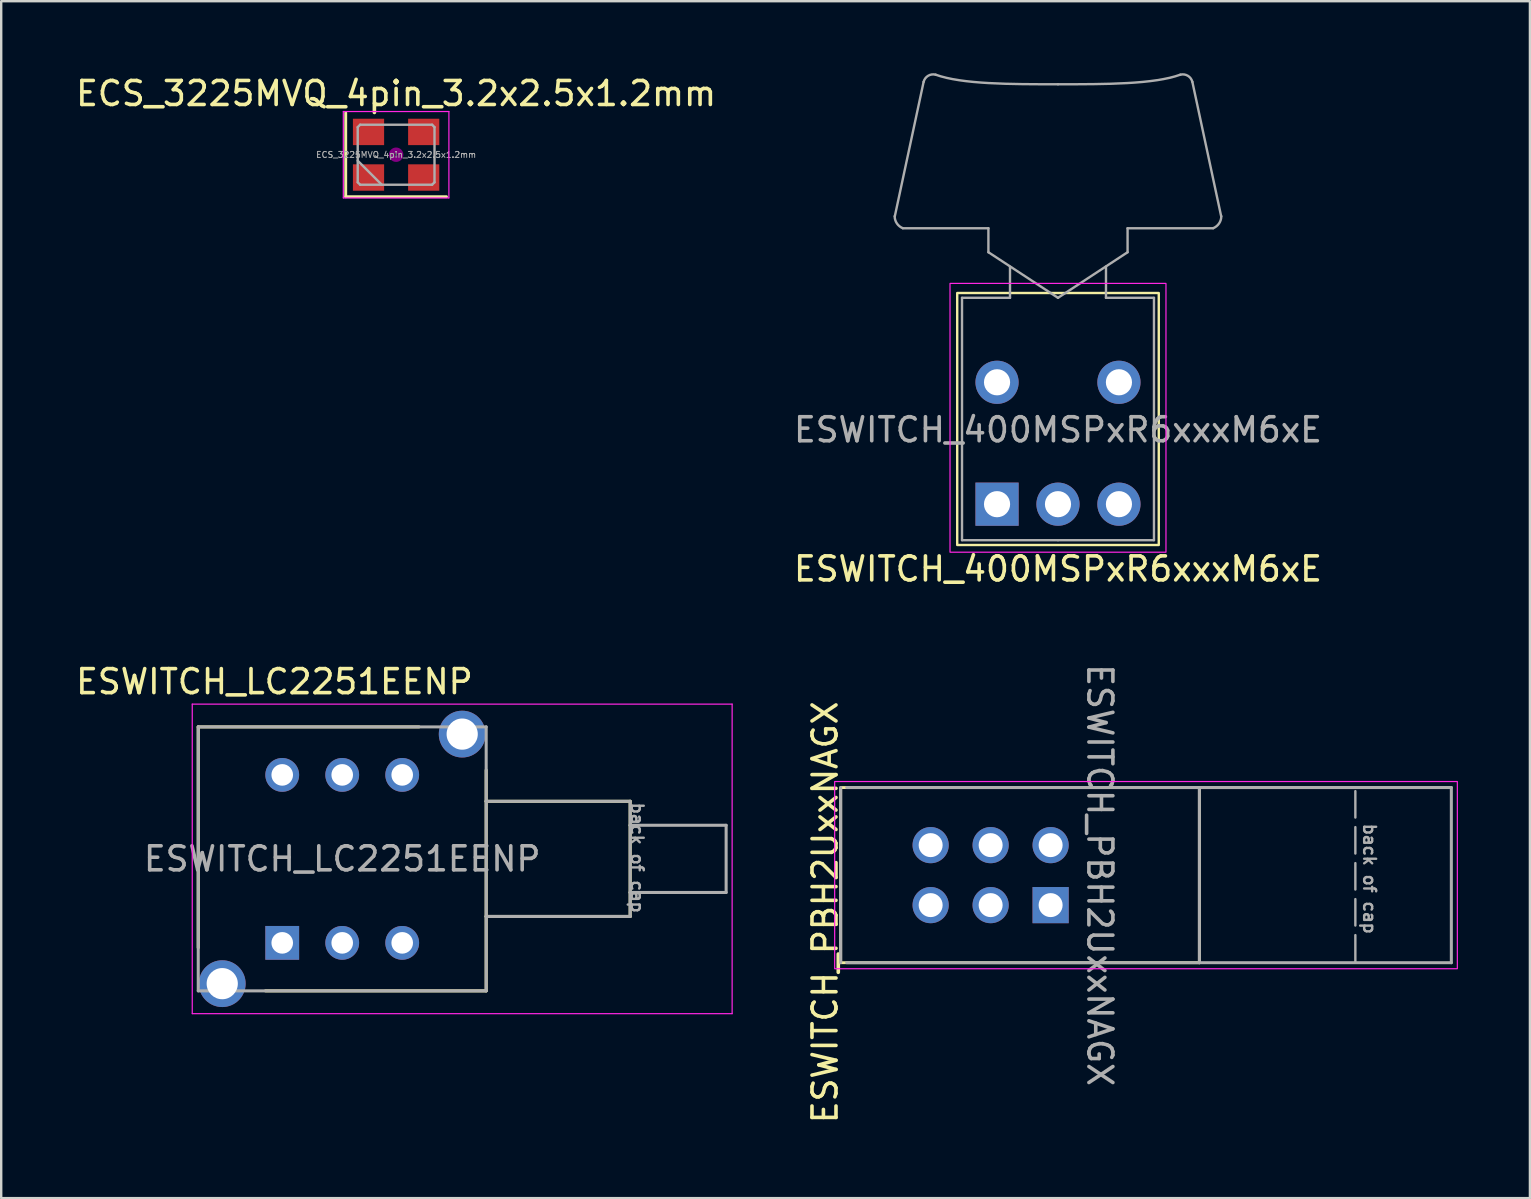
<source format=kicad_pcb>
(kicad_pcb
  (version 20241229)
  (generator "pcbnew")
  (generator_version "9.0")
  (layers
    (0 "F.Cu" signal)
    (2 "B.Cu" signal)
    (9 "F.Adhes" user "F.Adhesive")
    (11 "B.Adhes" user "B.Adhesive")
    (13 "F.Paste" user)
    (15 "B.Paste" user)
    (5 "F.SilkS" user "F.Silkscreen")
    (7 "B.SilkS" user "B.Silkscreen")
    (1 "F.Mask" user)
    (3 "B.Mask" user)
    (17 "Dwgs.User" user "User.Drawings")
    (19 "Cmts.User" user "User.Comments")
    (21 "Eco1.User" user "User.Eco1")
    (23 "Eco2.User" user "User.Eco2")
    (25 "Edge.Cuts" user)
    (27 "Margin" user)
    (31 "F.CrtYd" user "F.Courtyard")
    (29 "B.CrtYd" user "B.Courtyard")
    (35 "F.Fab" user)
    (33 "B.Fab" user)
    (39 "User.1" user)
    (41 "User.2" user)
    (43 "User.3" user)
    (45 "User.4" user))
  (footprint "ECS_3225MVQ_4pin_3.2x2.5x1.2mm"
    (layer "F.Cu")
    (at 13.458 3.398)
    (property "Reference" "ECS_3225MVQ_4pin_3.2x2.5x1.2mm" (at 0 -2.55 0) (layer "F.SilkS") (effects (font (size 1 1) (thickness 0.15))))
    (attr smd)
    (fp_line (start -2.1 -1.75) (end -2.1 1.75) (stroke (width 0.12) (type solid)) (layer "F.SilkS"))
    (fp_line (start -2.1 1.75) (end 2.1 1.75) (stroke (width 0.12) (type solid)) (layer "F.SilkS"))
    (fp_circle (center 0 0) (end 0.058 0) (stroke (width 0.117) (type solid)) (fill no) (layer "F.Adhes"))
    (fp_circle (center 0 0) (end 0.133 0) (stroke (width 0.083) (type solid)) (fill no) (layer "F.Adhes"))
    (fp_circle (center 0 0) (end 0.208 0) (stroke (width 0.083) (type solid)) (fill no) (layer "F.Adhes"))
    (fp_circle (center 0 0) (end 0.25 0) (stroke (width 0.1) (type solid)) (fill no) (layer "F.Adhes"))
    (fp_line (start -2.2 -1.8) (end -2.2 1.8) (stroke (width 0.05) (type solid)) (layer "F.CrtYd"))
    (fp_line (start -2.2 1.8) (end 2.2 1.8) (stroke (width 0.05) (type solid)) (layer "F.CrtYd"))
    (fp_line (start 2.2 -1.8) (end -2.2 -1.8) (stroke (width 0.05) (type solid)) (layer "F.CrtYd"))
    (fp_line (start 2.2 1.8) (end 2.2 -1.8) (stroke (width 0.05) (type solid)) (layer "F.CrtYd"))
    (fp_line (start -1.6 -1.15) (end -1.5 -1.25) (stroke (width 0.1) (type solid)) (layer "F.Fab"))
    (fp_line (start -1.6 0.25) (end -0.6 1.25) (stroke (width 0.1) (type solid)) (layer "F.Fab"))
    (fp_line (start -1.6 1.15) (end -1.6 -1.15) (stroke (width 0.1) (type solid)) (layer "F.Fab"))
    (fp_line (start -1.5 -1.25) (end 1.5 -1.25) (stroke (width 0.1) (type solid)) (layer "F.Fab"))
    (fp_line (start -1.5 1.25) (end -1.6 1.15) (stroke (width 0.1) (type solid)) (layer "F.Fab"))
    (fp_line (start 1.5 -1.25) (end 1.6 -1.15) (stroke (width 0.1) (type solid)) (layer "F.Fab"))
    (fp_line (start 1.5 1.25) (end -1.5 1.25) (stroke (width 0.1) (type solid)) (layer "F.Fab"))
    (fp_line (start 1.6 -1.15) (end 1.6 1.15) (stroke (width 0.1) (type solid)) (layer "F.Fab"))
    (fp_line (start 1.6 1.15) (end 1.5 1.25) (stroke (width 0.1) (type solid)) (layer "F.Fab"))
    (fp_text user "${REFERENCE}" (at 0 0 0) (unlocked yes) (layer "F.Fab") (effects (font (size 0.25 0.25) (thickness 0.04))))
    (pad "1" smd rect (at -1.15 0.95) (size 1.3 1.1) (layers "F.Cu" "F.Mask" "F.Paste"))
    (pad "2" smd rect (at 1.15 0.95) (size 1.3 1.1) (layers "F.Cu" "F.Mask" "F.Paste"))
    (pad "3" smd rect (at 1.15 -0.95) (size 1.3 1.1) (layers "F.Cu" "F.Mask" "F.Paste"))
    (pad "4" smd rect (at -1.15 -0.95) (size 1.3 1.1) (layers "F.Cu" "F.Mask" "F.Paste")))
  (footprint "ESWITCH_400MSPxR6xxxM6xE"
    (layer "F.Cu")
    (at 41.042 17.962)
    (property "Reference" "ESWITCH_400MSPxR6xxxM6xE" (at 0 2.7 0) (layer "F.SilkS") (effects (font (size 1 1) (thickness 0.15))))
    (attr through_hole)
    (fp_rect (start -4.2 -8.8) (end 4.2 1.7) (stroke (width 0.1) (type default)) (fill no) (layer "F.SilkS"))
    (fp_rect (start -4.5 -9.2) (end 4.5 2) (stroke (width 0.05) (type default)) (fill no) (layer "F.CrtYd"))
    (fp_line (start -6.8 -12) (end -5.6 -17.6) (stroke (width 0.1) (type default)) (layer "F.Fab"))
    (fp_line (start -4 -8.6) (end -2 -8.6) (stroke (width 0.1) (type default)) (layer "F.Fab"))
    (fp_line (start -4 1.5) (end -4 -8.6) (stroke (width 0.1) (type default)) (layer "F.Fab"))
    (fp_line (start -2.9 -11.5) (end -6.468 -11.5) (stroke (width 0.1) (type default)) (layer "F.Fab"))
    (fp_line (start -2.9 -11.5) (end -2.9 -10.5) (stroke (width 0.1) (type default)) (layer "F.Fab"))
    (fp_line (start -2.9 -10.5) (end 0 -8.6) (stroke (width 0.1) (type default)) (layer "F.Fab"))
    (fp_line (start -2 -8.6) (end -2 -9.9) (stroke (width 0.1) (type default)) (layer "F.Fab"))
    (fp_line (start 0 1.5) (end -4 1.5) (stroke (width 0.1) (type default)) (layer "F.Fab"))
    (fp_line (start 0 1.5) (end 4 1.5) (stroke (width 0.1) (type default)) (layer "F.Fab"))
    (fp_line (start 2 -8.6) (end 2 -9.9) (stroke (width 0.1) (type default)) (layer "F.Fab"))
    (fp_line (start 2.9 -11.5) (end 2.9 -10.5) (stroke (width 0.1) (type default)) (layer "F.Fab"))
    (fp_line (start 2.9 -11.5) (end 6.468 -11.5) (stroke (width 0.1) (type default)) (layer "F.Fab"))
    (fp_line (start 2.9 -10.5) (end 0 -8.6) (stroke (width 0.1) (type default)) (layer "F.Fab"))
    (fp_line (start 4 -8.6) (end 2 -8.6) (stroke (width 0.1) (type default)) (layer "F.Fab"))
    (fp_line (start 4 1.5) (end 4 -8.6) (stroke (width 0.1) (type default)) (layer "F.Fab"))
    (fp_line (start 6.8 -12) (end 5.6 -17.6) (stroke (width 0.1) (type default)) (layer "F.Fab"))
    (fp_arc (start -6.467544 -11.501908) (mid -6.713472 -11.7) (end -6.80606 -12.001908) (stroke (width 0.1) (type default)) (layer "F.Fab"))
    (fp_arc (start -5.6 -17.6) (mid -5.412132 -17.853553) (end -5.1 -17.9) (stroke (width 0.1) (type default)) (layer "F.Fab"))
    (fp_arc (start 5.1 -17.9) (mid 5.412132 -17.853553) (end 5.6 -17.6) (stroke (width 0.1) (type default)) (layer "F.Fab"))
    (fp_arc (start 6.80606 -12.001908) (mid 6.713472 -11.7) (end 6.467544 -11.501908) (stroke (width 0.1) (type default)) (layer "F.Fab"))
    (fp_curve (pts (xy -5.1 -17.9) (xy -4 -17.5) (xy -2 -17.5) (xy 0 -17.5)) (stroke (width 0.1) (type default)) (layer "F.Fab"))
    (fp_curve (pts (xy 5.1 -17.9) (xy 4 -17.5) (xy 2 -17.5) (xy 0 -17.5)) (stroke (width 0.1) (type default)) (layer "F.Fab"))
    (fp_text user "${REFERENCE}" (at 0 -3.1 0) (unlocked yes) (layer "F.Fab") (effects (font (size 1 1) (thickness 0.15))))
    (pad "1" thru_hole rect (at -2.54 0) (size 1.8 1.8) (drill 1.09) (layers "*.Cu" "*.Mask"))
    (pad "2" thru_hole circle (at 0 0) (size 1.8 1.8) (drill 1.09) (layers "*.Cu" "*.Mask"))
    (pad "3" thru_hole circle (at 2.54 0) (size 1.8 1.8) (drill 1.09) (layers "*.Cu" "*.Mask"))
    (pad "MP" thru_hole circle (at -2.54 -5.08) (size 1.8 1.8) (drill 1.09) (layers "*.Cu" "*.Mask"))
    (pad "MP" thru_hole circle (at 2.54 -5.08) (size 1.8 1.8) (drill 1.09) (layers "*.Cu" "*.Mask")))
  (footprint "ESWITCH_PBH2UxxNAGX"
    (layer "F.Cu")
    (at 40.735 33.421)
    (property "Reference" "ESWITCH_PBH2UxxNAGX" (at -9.4 1.55 90) (layer "F.SilkS") (effects (font (size 1 1) (thickness 0.15))))
    (attr through_hole)
    (fp_rect (start -8.75 3.65) (end 6.2 -3.65) (stroke (width 0.12) (type default)) (fill no) (layer "F.SilkS"))
    (fp_rect (start 16.95 -3.9) (end -9 3.9) (stroke (width 0.05) (type default)) (fill no) (layer "F.CrtYd"))
    (fp_line (start -8.75 -3.65) (end -8.75 3.65) (stroke (width 0.127) (type solid)) (layer "F.Fab"))
    (fp_line (start -8.5 3.65) (end 6.2 3.65) (stroke (width 0.127) (type solid)) (layer "F.Fab"))
    (fp_line (start 6.2 -3.65) (end -8.5 -3.65) (stroke (width 0.127) (type solid)) (layer "F.Fab"))
    (fp_line (start 6.2 3.65) (end 6.2 -3.65) (stroke (width 0.127) (type solid)) (layer "F.Fab"))
    (fp_line (start 6.2 3.65) (end 16.7 3.65) (stroke (width 0.127) (type solid)) (layer "F.Fab"))
    (fp_line (start 12.7 3.6) (end 12.7 -3.6) (stroke (width 0.1) (type dash)) (layer "F.Fab"))
    (fp_line (start 16.7 -3.65) (end 6.2 -3.65) (stroke (width 0.127) (type solid)) (layer "F.Fab"))
    (fp_line (start 16.7 3.65) (end 16.7 -3.65) (stroke (width 0.127) (type solid)) (layer "F.Fab"))
    (fp_text user "${REFERENCE}" (at 2.05 0 270) (unlocked yes) (layer "F.Fab") (effects (font (size 1 1) (thickness 0.15))))
    (fp_text user "back of cap" (at 13 -2.2 270) (unlocked yes) (layer "F.Fab") (effects (font (size 0.5 0.5) (thickness 0.1) (bold yes)) (justify left bottom)))
    (pad "1" thru_hole rect (at 0 1.25 90) (size 1.508 1.508) (drill 1) (layers "*.Cu" "*.Mask"))
    (pad "2" thru_hole circle (at -2.5 1.25) (size 1.508 1.508) (drill 1) (layers "*.Cu" "*.Mask"))
    (pad "3" thru_hole circle (at -5 1.25) (size 1.508 1.508) (drill 1) (layers "*.Cu" "*.Mask"))
    (pad "4" thru_hole circle (at 0 -1.25) (size 1.508 1.508) (drill 1) (layers "*.Cu" "*.Mask"))
    (pad "5" thru_hole circle (at -2.5 -1.25) (size 1.508 1.508) (drill 1) (layers "*.Cu" "*.Mask"))
    (pad "6" thru_hole circle (at -5 -1.25) (size 1.508 1.508) (drill 1) (layers "*.Cu" "*.Mask")))
  (footprint "ESWITCH_LC2251EENP"
    (layer "F.Cu")
    (at 11.212 32.744)
    (property "Reference" "ESWITCH_LC2251EENP" (at -2.825 -7.385 0) (layer "F.SilkS") (effects (font (size 1 1) (thickness 0.15))))
    (attr through_hole)
    (fp_line (start -6 -5.5) (end -6 3.7) (stroke (width 0.127) (type solid)) (layer "F.SilkS"))
    (fp_line (start -3.2 5.5) (end 6 5.5) (stroke (width 0.127) (type solid)) (layer "F.SilkS"))
    (fp_line (start 3.2 -5.5) (end -6 -5.5) (stroke (width 0.127) (type solid)) (layer "F.SilkS"))
    (fp_line (start 6 -2.4) (end 6 -3.7) (stroke (width 0.127) (type solid)) (layer "F.SilkS"))
    (fp_line (start 6 -2.4) (end 12 -2.4) (stroke (width 0.127) (type solid)) (layer "F.SilkS"))
    (fp_line (start 6 2.4) (end 6 -2.4) (stroke (width 0.127) (type solid)) (layer "F.SilkS"))
    (fp_line (start 6 5.5) (end 6 2.4) (stroke (width 0.127) (type solid)) (layer "F.SilkS"))
    (fp_line (start 12 -2.4) (end 12 -1.4) (stroke (width 0.127) (type solid)) (layer "F.SilkS"))
    (fp_line (start 12 -1.4) (end 12 1.4) (stroke (width 0.127) (type solid)) (layer "F.SilkS"))
    (fp_line (start 12 1.4) (end 12 2.4) (stroke (width 0.127) (type solid)) (layer "F.SilkS"))
    (fp_line (start 12 2.4) (end 6 2.4) (stroke (width 0.127) (type solid)) (layer "F.SilkS"))
    (fp_line (start -6.25 -6.45) (end -6.25 6.45) (stroke (width 0.05) (type solid)) (layer "F.CrtYd"))
    (fp_line (start -6.25 6.45) (end 16.25 6.45) (stroke (width 0.05) (type solid)) (layer "F.CrtYd"))
    (fp_line (start 16.25 -6.45) (end -6.25 -6.45) (stroke (width 0.05) (type solid)) (layer "F.CrtYd"))
    (fp_line (start 16.25 6.45) (end 16.25 -6.45) (stroke (width 0.05) (type solid)) (layer "F.CrtYd"))
    (fp_line (start -6 -5.5) (end -6 5.5) (stroke (width 0.127) (type solid)) (layer "F.Fab"))
    (fp_line (start -6 5.5) (end 6 5.5) (stroke (width 0.127) (type solid)) (layer "F.Fab"))
    (fp_line (start 6 -5.5) (end -6 -5.5) (stroke (width 0.127) (type solid)) (layer "F.Fab"))
    (fp_line (start 6 -2.4) (end 6 -5.5) (stroke (width 0.127) (type solid)) (layer "F.Fab"))
    (fp_line (start 6 -2.4) (end 12 -2.4) (stroke (width 0.127) (type solid)) (layer "F.Fab"))
    (fp_line (start 6 2.4) (end 6 -2.4) (stroke (width 0.127) (type solid)) (layer "F.Fab"))
    (fp_line (start 6 5.5) (end 6 2.4) (stroke (width 0.127) (type solid)) (layer "F.Fab"))
    (fp_line (start 12 -2.4) (end 12 -1.4) (stroke (width 0.127) (type solid)) (layer "F.Fab"))
    (fp_line (start 12 -1.4) (end 12 1.4) (stroke (width 0.127) (type solid)) (layer "F.Fab"))
    (fp_line (start 12 -1.4) (end 16 -1.4) (stroke (width 0.127) (type solid)) (layer "F.Fab"))
    (fp_line (start 12 1.4) (end 12 2.4) (stroke (width 0.127) (type solid)) (layer "F.Fab"))
    (fp_line (start 12 2.4) (end 6 2.4) (stroke (width 0.127) (type solid)) (layer "F.Fab"))
    (fp_line (start 16 -1.4) (end 16 1.4) (stroke (width 0.127) (type solid)) (layer "F.Fab"))
    (fp_line (start 16 1.4) (end 12 1.4) (stroke (width 0.127) (type solid)) (layer "F.Fab"))
    (fp_text user "back of cap" (at 12 -2.4 270) (unlocked yes) (layer "F.Fab") (effects (font (size 0.5 0.5) (thickness 0.1) (bold yes)) (justify left bottom)))
    (fp_text user "${REFERENCE}" (at 0 0 0) (unlocked yes) (layer "F.Fab") (effects (font (size 1 1) (thickness 0.15))))
    (pad "1" thru_hole rect (at -2.5 3.5) (size 1.408 1.408) (drill 0.9) (layers "*.Cu" "*.Mask"))
    (pad "2" thru_hole circle (at 0 3.5) (size 1.408 1.408) (drill 0.9) (layers "*.Cu" "*.Mask"))
    (pad "3" thru_hole circle (at 2.5 3.5) (size 1.408 1.408) (drill 0.9) (layers "*.Cu" "*.Mask"))
    (pad "4" thru_hole circle (at -2.5 -3.5) (size 1.408 1.408) (drill 0.9) (layers "*.Cu" "*.Mask"))
    (pad "5" thru_hole circle (at 0 -3.5) (size 1.408 1.408) (drill 0.9) (layers "*.Cu" "*.Mask"))
    (pad "6" thru_hole circle (at 2.5 -3.5) (size 1.408 1.408) (drill 0.9) (layers "*.Cu" "*.Mask"))
    (pad "S1" thru_hole circle (at -5 5.2) (size 1.95 1.95) (drill 1.3) (layers "*.Cu" "*.Mask"))
    (pad "S2" thru_hole circle (at 5 -5.2) (size 1.95 1.95) (drill 1.3) (layers "*.Cu" "*.Mask")))
  (gr_rect
    (start -3 -3)
    (end 60.71 46.882)
    (stroke (width 0.1) (type default))
    (fill no)
    (layer "Edge.Cuts")))
</source>
